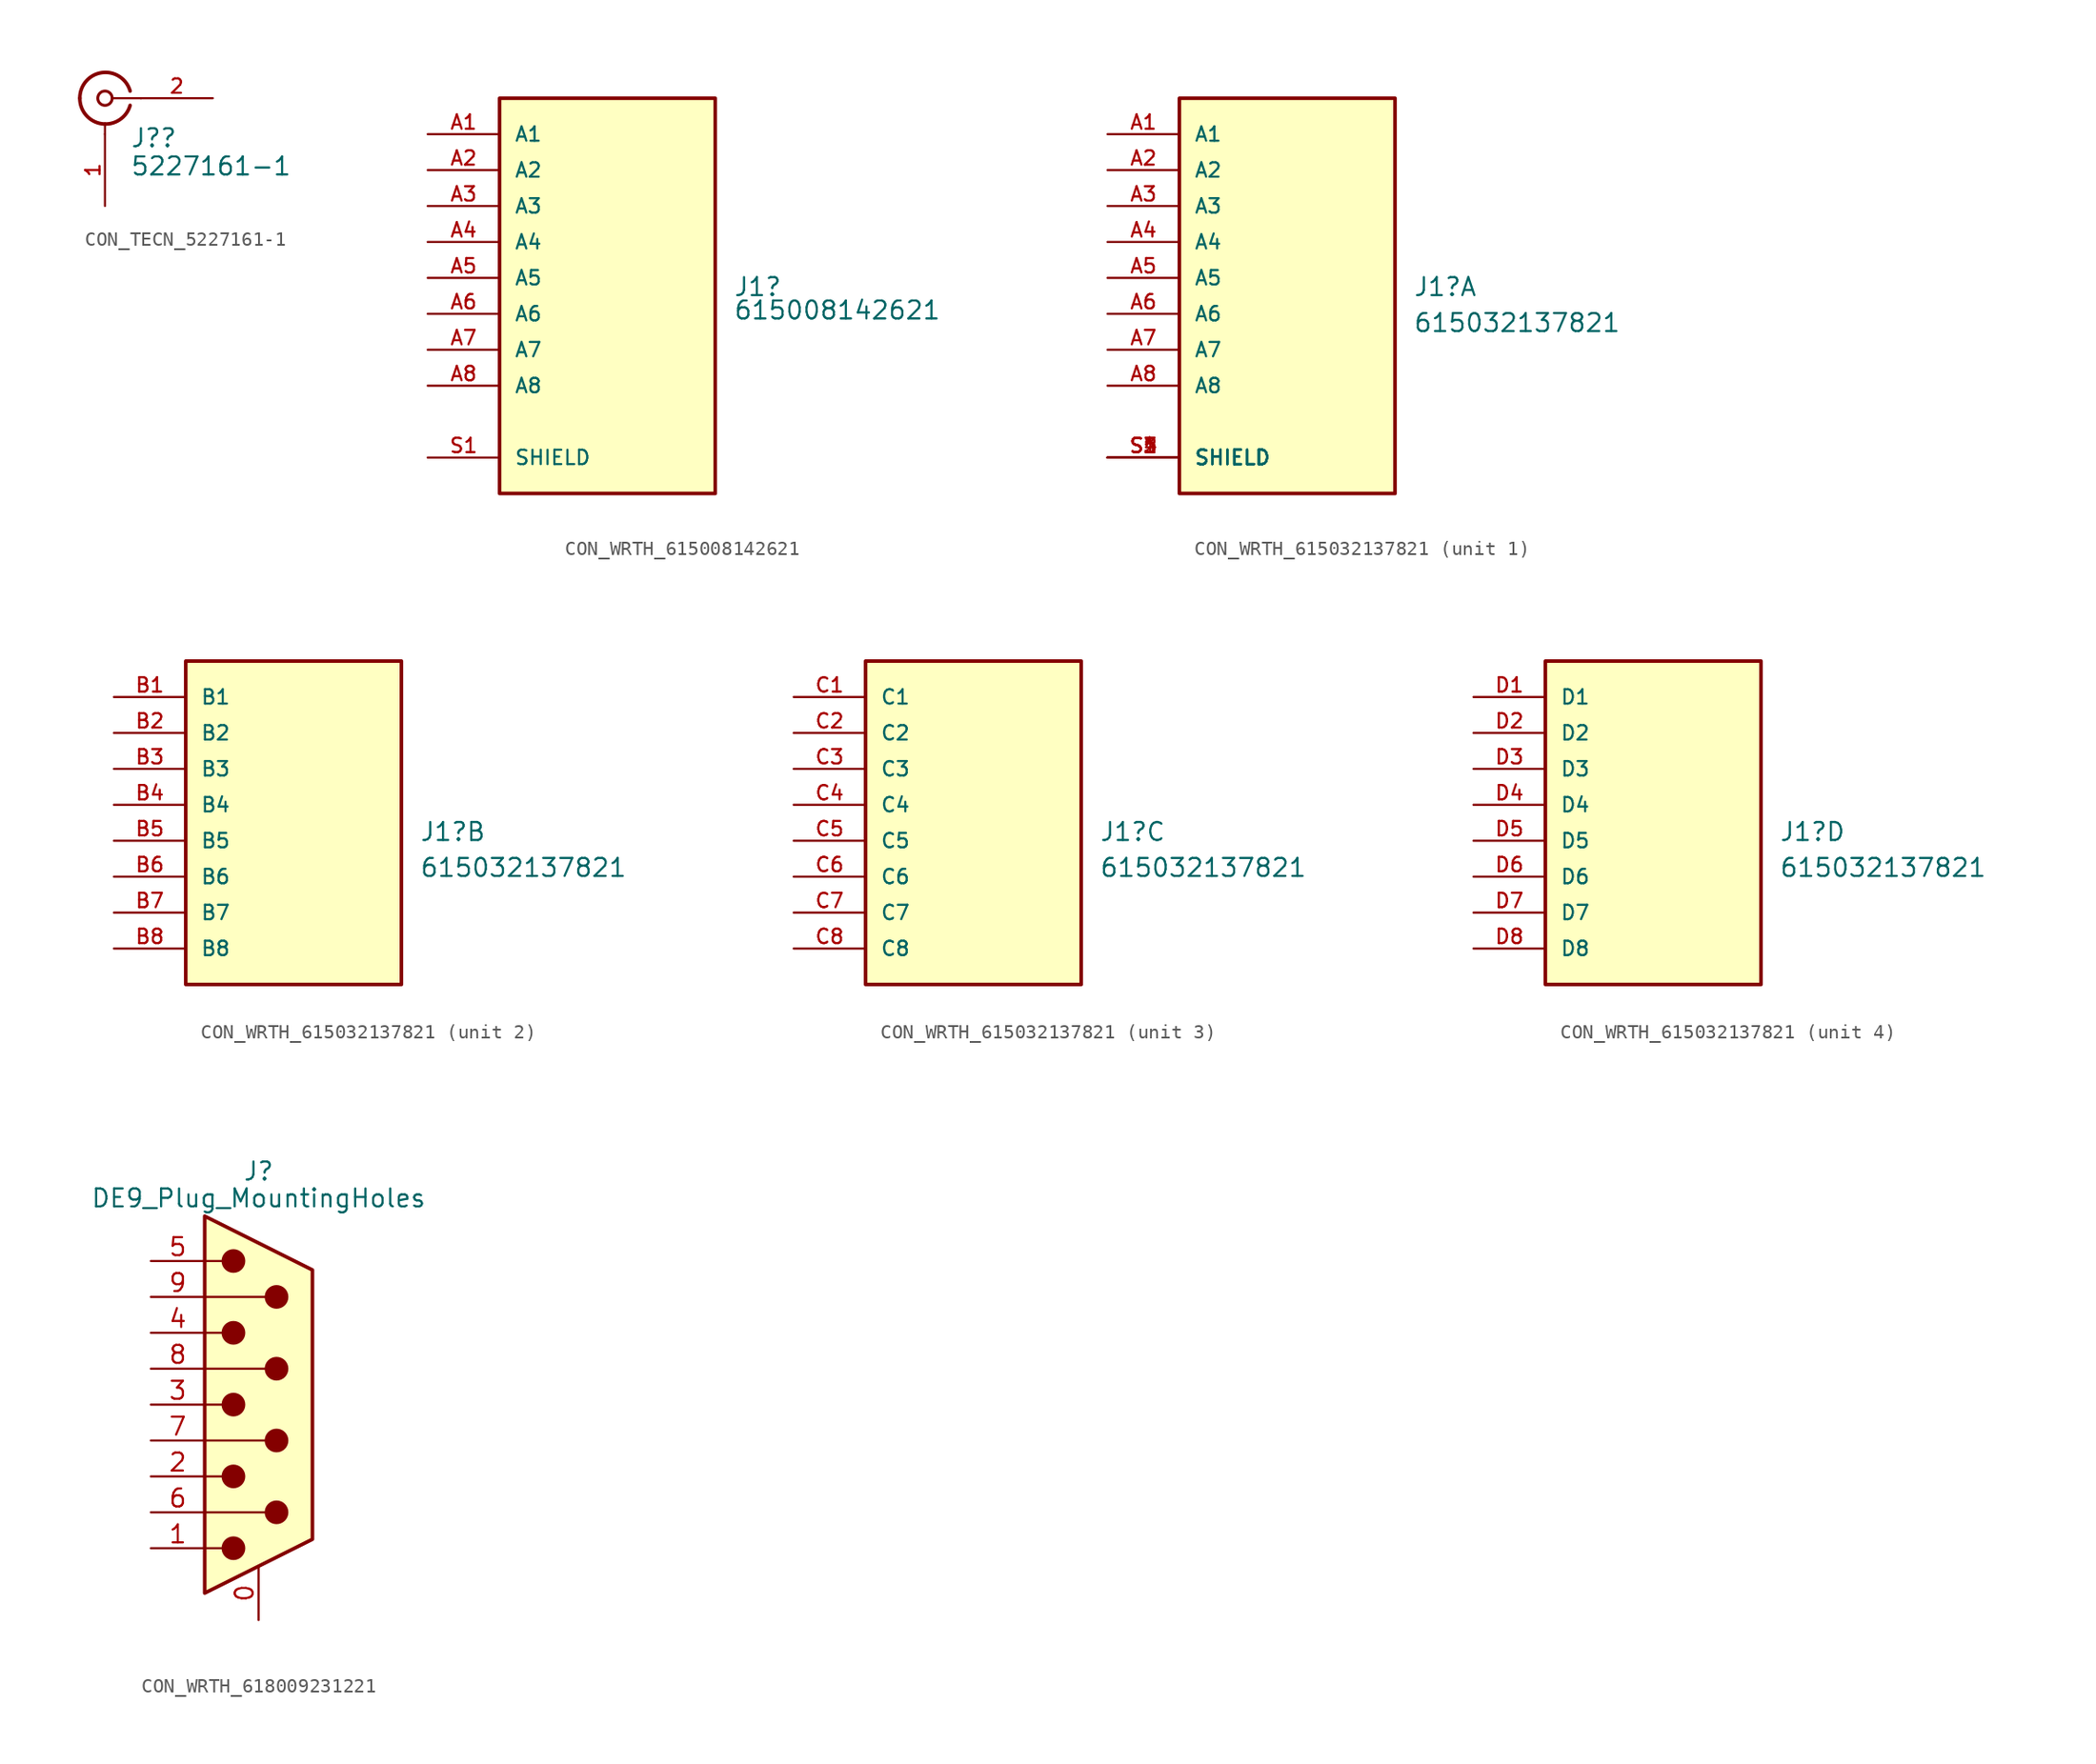
<source format=kicad_sym>
(kicad_symbol_lib
  (version 20231120)
  (generator "kicad_symbol_editor")
  (generator_version "8.0")
  (symbol "CON_TECN_5227161-1"
    (pin_names
      (offset 1.016))
    (property "Reference" "J?"
      (at 1.778 -3.556 0)
      (effects (font (size 1.27 1.27)) (justify left bottom)))
    (property "Value" "5227161-1"
      (at 1.778 -4.064 0)
      (effects (font (size 1.27 1.27)) (justify left top)))
    (symbol "CON_TECN_5227161-1_0_1"
      (arc (start -1.778 0) (mid -0.222 -1.8079) (end 1.778 -0.508) (stroke (width 0.254) (type default)) (fill (type none)))
      (polyline (pts (xy 0 -2.54) (xy 0 -1.778)) (stroke (width 0) (type default)) (fill (type none)))
      (polyline (pts (xy 2.54 0) (xy 0.508 0)) (stroke (width 0) (type default)) (fill (type none)))
      (circle (center 0 0) (radius 0.508) (stroke (width 0.203) (type default)) (fill (type none)))
      (arc (start 1.778 0.508) (mid -0.2221 1.8084) (end -1.778 0) (stroke (width 0.254) (type default)) (fill (type none))))
    (symbol "CON_TECN_5227161-1_1_0"
      (pin power_in line (at 0 -7.62 90) (length 5.08) (name "" (effects (font (size 1.016 1.016)))) (number "1" (effects (font (size 1.016 1.016)))))
      (pin passive line (at 7.62 0 180) (length 5.08) (name "" (effects (font (size 1.016 1.016)))) (number "2" (effects (font (size 1.016 1.016)))))))
  (symbol "CON_WRTH_615008142621"
    (pin_names
      (offset 1.016))
    (property "Reference" "J1"
      (at 8.89 0.635 0)
      (effects (font (size 1.27 1.27)) (justify left)))
    (property "Value" "615008142621"
      (at 8.89 -1.016 0)
      (effects (font (size 1.27 1.27)) (justify left)))
    (symbol "CON_WRTH_615008142621_1_0"
      (rectangle (start -7.62 -13.97) (end 7.62 13.97) (stroke (width 0.254) (type default)) (fill (type background)))
      (pin passive line (at -12.7 11.43 0) (length 5.08) (name "A1" (effects (font (size 1.016 1.016)))) (number "A1" (effects (font (size 1.016 1.016)))))
      (pin passive line (at -12.7 8.89 0) (length 5.08) (name "A2" (effects (font (size 1.016 1.016)))) (number "A2" (effects (font (size 1.016 1.016)))))
      (pin passive line (at -12.7 6.35 0) (length 5.08) (name "A3" (effects (font (size 1.016 1.016)))) (number "A3" (effects (font (size 1.016 1.016)))))
      (pin passive line (at -12.7 3.81 0) (length 5.08) (name "A4" (effects (font (size 1.016 1.016)))) (number "A4" (effects (font (size 1.016 1.016)))))
      (pin passive line (at -12.7 1.27 0) (length 5.08) (name "A5" (effects (font (size 1.016 1.016)))) (number "A5" (effects (font (size 1.016 1.016)))))
      (pin passive line (at -12.7 -1.27 0) (length 5.08) (name "A6" (effects (font (size 1.016 1.016)))) (number "A6" (effects (font (size 1.016 1.016)))))
      (pin passive line (at -12.7 -3.81 0) (length 5.08) (name "A7" (effects (font (size 1.016 1.016)))) (number "A7" (effects (font (size 1.016 1.016)))))
      (pin passive line (at -12.7 -6.35 0) (length 5.08) (name "A8" (effects (font (size 1.016 1.016)))) (number "A8" (effects (font (size 1.016 1.016)))))
      (pin passive line (at -12.7 -11.43 0) (length 5.08) (name "SHIELD" (effects (font (size 1.016 1.016)))) (number "S1" (effects (font (size 1.016 1.016)))))))
  (symbol "CON_WRTH_615032137821"
    (pin_names
      (offset 1.016))
    (property "Reference" "J1"
      (at 8.89 0.635 0)
      (effects (font (size 1.27 1.27)) (justify left)))
    (property "Value" "615032137821"
      (at 8.89 -1.905 0)
      (effects (font (size 1.27 1.27)) (justify left)))
    (symbol "CON_WRTH_615032137821_1_0"
      (rectangle (start -7.62 -13.97) (end 7.62 13.97) (stroke (width 0.254) (type default)) (fill (type background)))
      (pin passive line (at -12.7 11.43 0) (length 5.08) (name "A1" (effects (font (size 1.016 1.016)))) (number "A1" (effects (font (size 1.016 1.016)))))
      (pin passive line (at -12.7 8.89 0) (length 5.08) (name "A2" (effects (font (size 1.016 1.016)))) (number "A2" (effects (font (size 1.016 1.016)))))
      (pin passive line (at -12.7 6.35 0) (length 5.08) (name "A3" (effects (font (size 1.016 1.016)))) (number "A3" (effects (font (size 1.016 1.016)))))
      (pin passive line (at -12.7 3.81 0) (length 5.08) (name "A4" (effects (font (size 1.016 1.016)))) (number "A4" (effects (font (size 1.016 1.016)))))
      (pin passive line (at -12.7 1.27 0) (length 5.08) (name "A5" (effects (font (size 1.016 1.016)))) (number "A5" (effects (font (size 1.016 1.016)))))
      (pin passive line (at -12.7 -1.27 0) (length 5.08) (name "A6" (effects (font (size 1.016 1.016)))) (number "A6" (effects (font (size 1.016 1.016)))))
      (pin passive line (at -12.7 -3.81 0) (length 5.08) (name "A7" (effects (font (size 1.016 1.016)))) (number "A7" (effects (font (size 1.016 1.016)))))
      (pin passive line (at -12.7 -6.35 0) (length 5.08) (name "A8" (effects (font (size 1.016 1.016)))) (number "A8" (effects (font (size 1.016 1.016)))))
      (pin passive line (at -12.7 -11.43 0) (length 5.08) (name "SHIELD" (effects (font (size 1.016 1.016)))) (number "S1" (effects (font (size 1.016 1.016)))))
      (pin passive line (at -12.7 -11.43 0) (length 5.08) (name "SHIELD" (effects (font (size 1.016 1.016)))) (number "S2" (effects (font (size 1.016 1.016)))))
      (pin passive line (at -12.7 -11.43 0) (length 5.08) (name "SHIELD" (effects (font (size 1.016 1.016)))) (number "S3" (effects (font (size 1.016 1.016)))))
      (pin passive line (at -12.7 -11.43 0) (length 5.08) (name "SHIELD" (effects (font (size 1.016 1.016)))) (number "S4" (effects (font (size 1.016 1.016)))))
      (pin passive line (at -12.7 -11.43 0) (length 5.08) (name "SHIELD" (effects (font (size 1.016 1.016)))) (number "S5" (effects (font (size 1.016 1.016))))))
    (symbol "CON_WRTH_615032137821_2_0"
      (rectangle (start -7.62 -10.16) (end 7.62 12.7) (stroke (width 0.254) (type default)) (fill (type background)))
      (pin passive line (at -12.7 10.16 0) (length 5.08) (name "B1" (effects (font (size 1.016 1.016)))) (number "B1" (effects (font (size 1.016 1.016)))))
      (pin passive line (at -12.7 7.62 0) (length 5.08) (name "B2" (effects (font (size 1.016 1.016)))) (number "B2" (effects (font (size 1.016 1.016)))))
      (pin passive line (at -12.7 5.08 0) (length 5.08) (name "B3" (effects (font (size 1.016 1.016)))) (number "B3" (effects (font (size 1.016 1.016)))))
      (pin passive line (at -12.7 2.54 0) (length 5.08) (name "B4" (effects (font (size 1.016 1.016)))) (number "B4" (effects (font (size 1.016 1.016)))))
      (pin passive line (at -12.7 0 0) (length 5.08) (name "B5" (effects (font (size 1.016 1.016)))) (number "B5" (effects (font (size 1.016 1.016)))))
      (pin passive line (at -12.7 -2.54 0) (length 5.08) (name "B6" (effects (font (size 1.016 1.016)))) (number "B6" (effects (font (size 1.016 1.016)))))
      (pin passive line (at -12.7 -5.08 0) (length 5.08) (name "B7" (effects (font (size 1.016 1.016)))) (number "B7" (effects (font (size 1.016 1.016)))))
      (pin passive line (at -12.7 -7.62 0) (length 5.08) (name "B8" (effects (font (size 1.016 1.016)))) (number "B8" (effects (font (size 1.016 1.016))))))
    (symbol "CON_WRTH_615032137821_3_0"
      (rectangle (start -7.62 -10.16) (end 7.62 12.7) (stroke (width 0.254) (type default)) (fill (type background)))
      (pin passive line (at -12.7 10.16 0) (length 5.08) (name "C1" (effects (font (size 1.016 1.016)))) (number "C1" (effects (font (size 1.016 1.016)))))
      (pin passive line (at -12.7 7.62 0) (length 5.08) (name "C2" (effects (font (size 1.016 1.016)))) (number "C2" (effects (font (size 1.016 1.016)))))
      (pin passive line (at -12.7 5.08 0) (length 5.08) (name "C3" (effects (font (size 1.016 1.016)))) (number "C3" (effects (font (size 1.016 1.016)))))
      (pin passive line (at -12.7 2.54 0) (length 5.08) (name "C4" (effects (font (size 1.016 1.016)))) (number "C4" (effects (font (size 1.016 1.016)))))
      (pin passive line (at -12.7 0 0) (length 5.08) (name "C5" (effects (font (size 1.016 1.016)))) (number "C5" (effects (font (size 1.016 1.016)))))
      (pin passive line (at -12.7 -2.54 0) (length 5.08) (name "C6" (effects (font (size 1.016 1.016)))) (number "C6" (effects (font (size 1.016 1.016)))))
      (pin passive line (at -12.7 -5.08 0) (length 5.08) (name "C7" (effects (font (size 1.016 1.016)))) (number "C7" (effects (font (size 1.016 1.016)))))
      (pin passive line (at -12.7 -7.62 0) (length 5.08) (name "C8" (effects (font (size 1.016 1.016)))) (number "C8" (effects (font (size 1.016 1.016))))))
    (symbol "CON_WRTH_615032137821_4_0"
      (rectangle (start -7.62 -10.16) (end 7.62 12.7) (stroke (width 0.254) (type default)) (fill (type background)))
      (pin passive line (at -12.7 10.16 0) (length 5.08) (name "D1" (effects (font (size 1.016 1.016)))) (number "D1" (effects (font (size 1.016 1.016)))))
      (pin passive line (at -12.7 7.62 0) (length 5.08) (name "D2" (effects (font (size 1.016 1.016)))) (number "D2" (effects (font (size 1.016 1.016)))))
      (pin passive line (at -12.7 5.08 0) (length 5.08) (name "D3" (effects (font (size 1.016 1.016)))) (number "D3" (effects (font (size 1.016 1.016)))))
      (pin passive line (at -12.7 2.54 0) (length 5.08) (name "D4" (effects (font (size 1.016 1.016)))) (number "D4" (effects (font (size 1.016 1.016)))))
      (pin passive line (at -12.7 0 0) (length 5.08) (name "D5" (effects (font (size 1.016 1.016)))) (number "D5" (effects (font (size 1.016 1.016)))))
      (pin passive line (at -12.7 -2.54 0) (length 5.08) (name "D6" (effects (font (size 1.016 1.016)))) (number "D6" (effects (font (size 1.016 1.016)))))
      (pin passive line (at -12.7 -5.08 0) (length 5.08) (name "D7" (effects (font (size 1.016 1.016)))) (number "D7" (effects (font (size 1.016 1.016)))))
      (pin passive line (at -12.7 -7.62 0) (length 5.08) (name "D8" (effects (font (size 1.016 1.016)))) (number "D8" (effects (font (size 1.016 1.016)))))))
  (symbol "CON_WRTH_618009231221"
    (pin_names
      (offset 1.016) hide)
    (property "Reference" "J"
      (at 0 16.51 0)
      (effects (font (size 1.27 1.27))))
    (property "Value" "DE9_Plug_MountingHoles"
      (at 0 14.605 0)
      (effects (font (size 1.27 1.27))))
    (symbol "CON_WRTH_618009231221_0_1"
      (circle (center -1.778 -10.16) (radius 0.762) (stroke (width 0) (type default)) (fill (type outline)))
      (circle (center -1.778 -5.08) (radius 0.762) (stroke (width 0) (type default)) (fill (type outline)))
      (circle (center -1.778 0) (radius 0.762) (stroke (width 0) (type default)) (fill (type outline)))
      (circle (center -1.778 5.08) (radius 0.762) (stroke (width 0) (type default)) (fill (type outline)))
      (circle (center -1.778 10.16) (radius 0.762) (stroke (width 0) (type default)) (fill (type outline)))
      (polyline (pts (xy -3.81 -10.16) (xy -2.54 -10.16)) (stroke (width 0) (type default)) (fill (type none)))
      (polyline (pts (xy -3.81 -7.62) (xy 0.508 -7.62)) (stroke (width 0) (type default)) (fill (type none)))
      (polyline (pts (xy -3.81 -5.08) (xy -2.54 -5.08)) (stroke (width 0) (type default)) (fill (type none)))
      (polyline (pts (xy -3.81 -2.54) (xy 0.508 -2.54)) (stroke (width 0) (type default)) (fill (type none)))
      (polyline (pts (xy -3.81 0) (xy -2.54 0)) (stroke (width 0) (type default)) (fill (type none)))
      (polyline (pts (xy -3.81 2.54) (xy 0.508 2.54)) (stroke (width 0) (type default)) (fill (type none)))
      (polyline (pts (xy -3.81 5.08) (xy -2.54 5.08)) (stroke (width 0) (type default)) (fill (type none)))
      (polyline (pts (xy -3.81 7.62) (xy 0.508 7.62)) (stroke (width 0) (type default)) (fill (type none)))
      (polyline (pts (xy -3.81 10.16) (xy -2.54 10.16)) (stroke (width 0) (type default)) (fill (type none)))
      (polyline (pts (xy -3.81 -13.335) (xy -3.81 13.335) (xy 3.81 9.525) (xy 3.81 -9.525) (xy -3.81 -13.335)) (stroke (width 0.254) (type default)) (fill (type background)))
      (circle (center 1.27 -7.62) (radius 0.762) (stroke (width 0) (type default)) (fill (type outline)))
      (circle (center 1.27 -2.54) (radius 0.762) (stroke (width 0) (type default)) (fill (type outline)))
      (circle (center 1.27 2.54) (radius 0.762) (stroke (width 0) (type default)) (fill (type outline)))
      (circle (center 1.27 7.62) (radius 0.762) (stroke (width 0) (type default)) (fill (type outline))))
    (symbol "CON_WRTH_618009231221_1_1"
      (pin passive line (at 0 -15.24 90) (length 3.81) (name "PAD" (effects (font (size 1.27 1.27)))) (number "0" (effects (font (size 1.27 1.27)))))
      (pin passive line (at -7.62 -10.16 0) (length 3.81) (name "1" (effects (font (size 1.27 1.27)))) (number "1" (effects (font (size 1.27 1.27)))))
      (pin passive line (at -7.62 -5.08 0) (length 3.81) (name "2" (effects (font (size 1.27 1.27)))) (number "2" (effects (font (size 1.27 1.27)))))
      (pin passive line (at -7.62 0 0) (length 3.81) (name "3" (effects (font (size 1.27 1.27)))) (number "3" (effects (font (size 1.27 1.27)))))
      (pin passive line (at -7.62 5.08 0) (length 3.81) (name "4" (effects (font (size 1.27 1.27)))) (number "4" (effects (font (size 1.27 1.27)))))
      (pin passive line (at -7.62 10.16 0) (length 3.81) (name "5" (effects (font (size 1.27 1.27)))) (number "5" (effects (font (size 1.27 1.27)))))
      (pin passive line (at -7.62 -7.62 0) (length 3.81) (name "6" (effects (font (size 1.27 1.27)))) (number "6" (effects (font (size 1.27 1.27)))))
      (pin passive line (at -7.62 -2.54 0) (length 3.81) (name "7" (effects (font (size 1.27 1.27)))) (number "7" (effects (font (size 1.27 1.27)))))
      (pin passive line (at -7.62 2.54 0) (length 3.81) (name "8" (effects (font (size 1.27 1.27)))) (number "8" (effects (font (size 1.27 1.27)))))
      (pin passive line (at -7.62 7.62 0) (length 3.81) (name "9" (effects (font (size 1.27 1.27)))) (number "9" (effects (font (size 1.27 1.27))))))))
</source>
